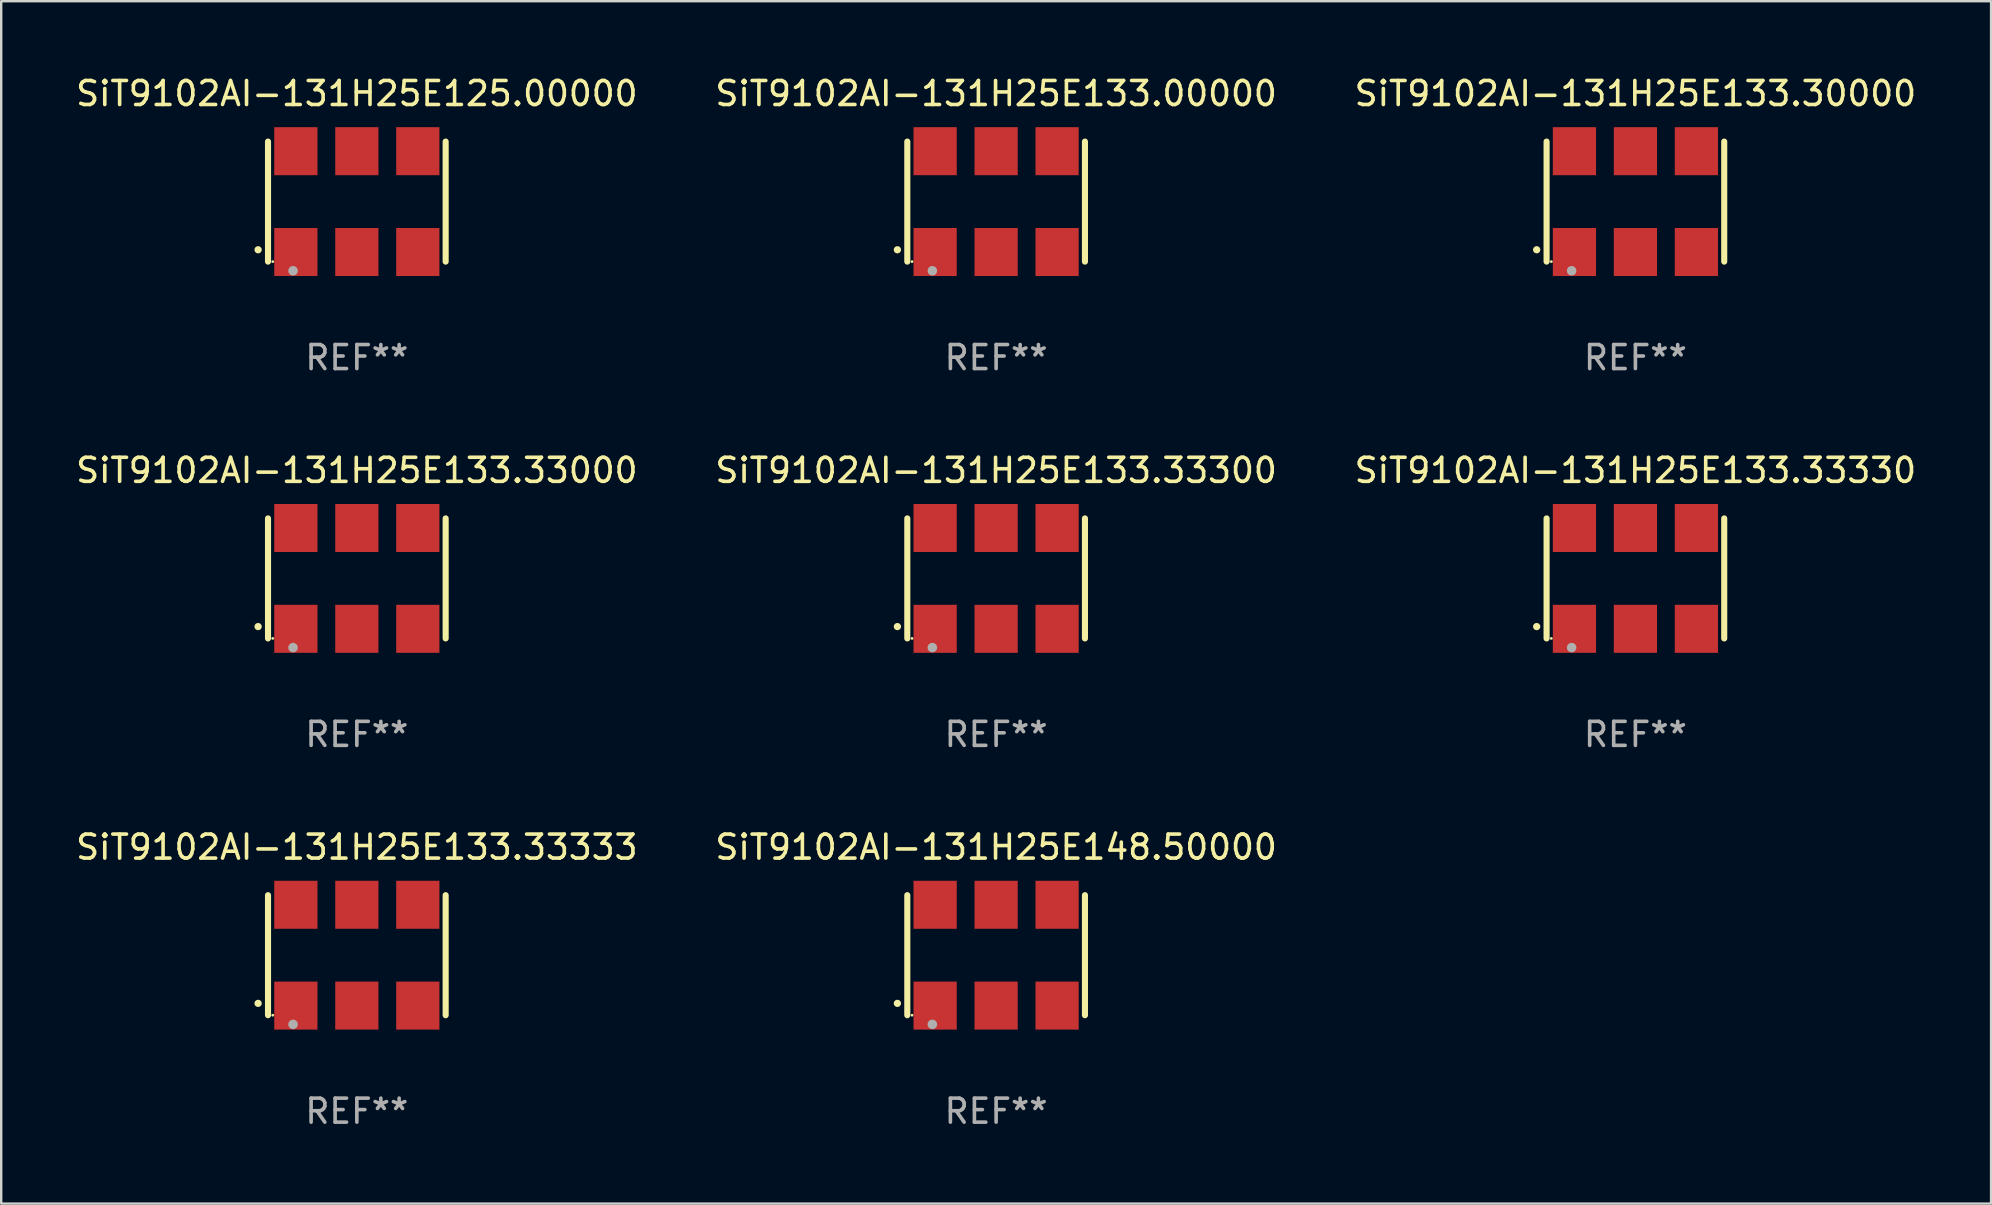
<source format=kicad_pcb>
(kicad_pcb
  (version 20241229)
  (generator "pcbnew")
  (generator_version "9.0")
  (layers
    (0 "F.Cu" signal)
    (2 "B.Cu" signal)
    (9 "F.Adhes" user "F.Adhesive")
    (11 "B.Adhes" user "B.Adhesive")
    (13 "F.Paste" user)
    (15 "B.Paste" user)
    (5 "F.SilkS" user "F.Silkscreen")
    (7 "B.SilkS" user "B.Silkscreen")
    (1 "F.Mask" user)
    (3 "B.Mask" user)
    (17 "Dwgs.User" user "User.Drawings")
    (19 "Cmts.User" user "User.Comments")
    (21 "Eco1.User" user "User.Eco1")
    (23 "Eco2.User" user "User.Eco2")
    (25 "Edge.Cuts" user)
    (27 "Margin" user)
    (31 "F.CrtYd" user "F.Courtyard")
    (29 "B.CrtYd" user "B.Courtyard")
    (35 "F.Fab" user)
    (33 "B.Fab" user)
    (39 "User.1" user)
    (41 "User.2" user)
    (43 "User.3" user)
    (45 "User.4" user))
  (footprint "SiT9102AI-131H25E133.33330"
    (layer "F.Cu")
    (at 65.077 21.045)
    (property "Reference" "SiT9102AI-131H25E133.33330" (at 0 -4.5 0) (layer "F.SilkS") (effects (font (size 1 1) (thickness 0.15))))
    (attr through_hole)
    (fp_line (start -3.7 -2.5) (end -3.7 2.5) (stroke (width 0.254) (type solid)) (layer "F.SilkS"))
    (fp_line (start 3.7 -2.5) (end 3.7 2.5) (stroke (width 0.254) (type solid)) (layer "F.SilkS"))
    (fp_arc (start -4.114415 2.006604) (mid -4.113145 2.006599) (end -4.111875 2.006604) (stroke (width 0.3) (type solid)) (layer "F.SilkS"))
    (fp_circle (center -3.502 2.5) (end -3.472 2.5) (stroke (width 0.06) (type solid)) (fill no) (layer "F.SilkS"))
    (fp_circle (center -2.657 2.882) (end -2.557 2.882) (stroke (width 0.2) (type solid)) (fill no) (layer "F.Fab"))
    (fp_text user "REF**" (at 0 6.5 0) (layer "F.Fab") (effects (font (size 1 1) (thickness 0.15))))
    (pad "1" smd rect (at -2.54 2.1) (size 1.8 2) (layers "F.Cu" "F.Mask" "F.Paste"))
    (pad "2" smd rect (at 0.000394 2.1) (size 1.8 2) (layers "F.Cu" "F.Mask" "F.Paste"))
    (pad "3" smd rect (at 2.54 2.1) (size 1.8 2) (layers "F.Cu" "F.Mask" "F.Paste"))
    (pad "4" smd rect (at 2.54 -2.1) (size 1.8 2) (layers "F.Cu" "F.Mask" "F.Paste"))
    (pad "5" smd rect (at 0.000394 -2.1) (size 1.8 2) (layers "F.Cu" "F.Mask" "F.Paste"))
    (pad "6" smd rect (at -2.54 -2.1) (size 1.8 2) (layers "F.Cu" "F.Mask" "F.Paste")))
  (footprint "SiT9102AI-131H25E133.30000"
    (layer "F.Cu")
    (at 65.077 5.348)
    (property "Reference" "SiT9102AI-131H25E133.30000" (at 0 -4.5 0) (layer "F.SilkS") (effects (font (size 1 1) (thickness 0.15))))
    (attr through_hole)
    (fp_line (start -3.7 -2.5) (end -3.7 2.5) (stroke (width 0.254) (type solid)) (layer "F.SilkS"))
    (fp_line (start 3.7 -2.5) (end 3.7 2.5) (stroke (width 0.254) (type solid)) (layer "F.SilkS"))
    (fp_arc (start -4.114415 2.006604) (mid -4.113145 2.006599) (end -4.111875 2.006604) (stroke (width 0.3) (type solid)) (layer "F.SilkS"))
    (fp_circle (center -3.502 2.5) (end -3.472 2.5) (stroke (width 0.06) (type solid)) (fill no) (layer "F.SilkS"))
    (fp_circle (center -2.657 2.882) (end -2.557 2.882) (stroke (width 0.2) (type solid)) (fill no) (layer "F.Fab"))
    (fp_text user "REF**" (at 0 6.5 0) (layer "F.Fab") (effects (font (size 1 1) (thickness 0.15))))
    (pad "1" smd rect (at -2.54 2.1) (size 1.8 2) (layers "F.Cu" "F.Mask" "F.Paste"))
    (pad "2" smd rect (at 0.000394 2.1) (size 1.8 2) (layers "F.Cu" "F.Mask" "F.Paste"))
    (pad "3" smd rect (at 2.54 2.1) (size 1.8 2) (layers "F.Cu" "F.Mask" "F.Paste"))
    (pad "4" smd rect (at 2.54 -2.1) (size 1.8 2) (layers "F.Cu" "F.Mask" "F.Paste"))
    (pad "5" smd rect (at 0.000394 -2.1) (size 1.8 2) (layers "F.Cu" "F.Mask" "F.Paste"))
    (pad "6" smd rect (at -2.54 -2.1) (size 1.8 2) (layers "F.Cu" "F.Mask" "F.Paste")))
  (footprint "SiT9102AI-131H25E125.00000"
    (layer "F.Cu")
    (at 11.815 5.348)
    (property "Reference" "SiT9102AI-131H25E125.00000" (at 0 -4.5 0) (layer "F.SilkS") (effects (font (size 1 1) (thickness 0.15))))
    (attr through_hole)
    (fp_line (start -3.7 -2.5) (end -3.7 2.5) (stroke (width 0.254) (type solid)) (layer "F.SilkS"))
    (fp_line (start 3.7 -2.5) (end 3.7 2.5) (stroke (width 0.254) (type solid)) (layer "F.SilkS"))
    (fp_arc (start -4.114415 2.006604) (mid -4.113145 2.006599) (end -4.111875 2.006604) (stroke (width 0.3) (type solid)) (layer "F.SilkS"))
    (fp_circle (center -3.502 2.5) (end -3.472 2.5) (stroke (width 0.06) (type solid)) (fill no) (layer "F.SilkS"))
    (fp_circle (center -2.657 2.882) (end -2.557 2.882) (stroke (width 0.2) (type solid)) (fill no) (layer "F.Fab"))
    (fp_text user "REF**" (at 0 6.5 0) (layer "F.Fab") (effects (font (size 1 1) (thickness 0.15))))
    (pad "1" smd rect (at -2.54 2.1) (size 1.8 2) (layers "F.Cu" "F.Mask" "F.Paste"))
    (pad "2" smd rect (at 0.000394 2.1) (size 1.8 2) (layers "F.Cu" "F.Mask" "F.Paste"))
    (pad "3" smd rect (at 2.54 2.1) (size 1.8 2) (layers "F.Cu" "F.Mask" "F.Paste"))
    (pad "4" smd rect (at 2.54 -2.1) (size 1.8 2) (layers "F.Cu" "F.Mask" "F.Paste"))
    (pad "5" smd rect (at 0.000394 -2.1) (size 1.8 2) (layers "F.Cu" "F.Mask" "F.Paste"))
    (pad "6" smd rect (at -2.54 -2.1) (size 1.8 2) (layers "F.Cu" "F.Mask" "F.Paste")))
  (footprint "SiT9102AI-131H25E133.00000"
    (layer "F.Cu")
    (at 38.446 5.348)
    (property "Reference" "SiT9102AI-131H25E133.00000" (at 0 -4.5 0) (layer "F.SilkS") (effects (font (size 1 1) (thickness 0.15))))
    (attr through_hole)
    (fp_line (start -3.7 -2.5) (end -3.7 2.5) (stroke (width 0.254) (type solid)) (layer "F.SilkS"))
    (fp_line (start 3.7 -2.5) (end 3.7 2.5) (stroke (width 0.254) (type solid)) (layer "F.SilkS"))
    (fp_arc (start -4.114415 2.006604) (mid -4.113145 2.006599) (end -4.111875 2.006604) (stroke (width 0.3) (type solid)) (layer "F.SilkS"))
    (fp_circle (center -3.502 2.5) (end -3.472 2.5) (stroke (width 0.06) (type solid)) (fill no) (layer "F.SilkS"))
    (fp_circle (center -2.657 2.882) (end -2.557 2.882) (stroke (width 0.2) (type solid)) (fill no) (layer "F.Fab"))
    (fp_text user "REF**" (at 0 6.5 0) (layer "F.Fab") (effects (font (size 1 1) (thickness 0.15))))
    (pad "1" smd rect (at -2.54 2.1) (size 1.8 2) (layers "F.Cu" "F.Mask" "F.Paste"))
    (pad "2" smd rect (at 0.000394 2.1) (size 1.8 2) (layers "F.Cu" "F.Mask" "F.Paste"))
    (pad "3" smd rect (at 2.54 2.1) (size 1.8 2) (layers "F.Cu" "F.Mask" "F.Paste"))
    (pad "4" smd rect (at 2.54 -2.1) (size 1.8 2) (layers "F.Cu" "F.Mask" "F.Paste"))
    (pad "5" smd rect (at 0.000394 -2.1) (size 1.8 2) (layers "F.Cu" "F.Mask" "F.Paste"))
    (pad "6" smd rect (at -2.54 -2.1) (size 1.8 2) (layers "F.Cu" "F.Mask" "F.Paste")))
  (footprint "SiT9102AI-131H25E133.33300"
    (layer "F.Cu")
    (at 38.446 21.045)
    (property "Reference" "SiT9102AI-131H25E133.33300" (at 0 -4.5 0) (layer "F.SilkS") (effects (font (size 1 1) (thickness 0.15))))
    (attr through_hole)
    (fp_line (start -3.7 -2.5) (end -3.7 2.5) (stroke (width 0.254) (type solid)) (layer "F.SilkS"))
    (fp_line (start 3.7 -2.5) (end 3.7 2.5) (stroke (width 0.254) (type solid)) (layer "F.SilkS"))
    (fp_arc (start -4.114415 2.006604) (mid -4.113145 2.006599) (end -4.111875 2.006604) (stroke (width 0.3) (type solid)) (layer "F.SilkS"))
    (fp_circle (center -3.502 2.5) (end -3.472 2.5) (stroke (width 0.06) (type solid)) (fill no) (layer "F.SilkS"))
    (fp_circle (center -2.657 2.882) (end -2.557 2.882) (stroke (width 0.2) (type solid)) (fill no) (layer "F.Fab"))
    (fp_text user "REF**" (at 0 6.5 0) (layer "F.Fab") (effects (font (size 1 1) (thickness 0.15))))
    (pad "1" smd rect (at -2.54 2.1) (size 1.8 2) (layers "F.Cu" "F.Mask" "F.Paste"))
    (pad "2" smd rect (at 0.000394 2.1) (size 1.8 2) (layers "F.Cu" "F.Mask" "F.Paste"))
    (pad "3" smd rect (at 2.54 2.1) (size 1.8 2) (layers "F.Cu" "F.Mask" "F.Paste"))
    (pad "4" smd rect (at 2.54 -2.1) (size 1.8 2) (layers "F.Cu" "F.Mask" "F.Paste"))
    (pad "5" smd rect (at 0.000394 -2.1) (size 1.8 2) (layers "F.Cu" "F.Mask" "F.Paste"))
    (pad "6" smd rect (at -2.54 -2.1) (size 1.8 2) (layers "F.Cu" "F.Mask" "F.Paste")))
  (footprint "SiT9102AI-131H25E148.50000"
    (layer "F.Cu")
    (at 38.446 36.741)
    (property "Reference" "SiT9102AI-131H25E148.50000" (at 0 -4.5 0) (layer "F.SilkS") (effects (font (size 1 1) (thickness 0.15))))
    (attr through_hole)
    (fp_line (start -3.7 -2.5) (end -3.7 2.5) (stroke (width 0.254) (type solid)) (layer "F.SilkS"))
    (fp_line (start 3.7 -2.5) (end 3.7 2.5) (stroke (width 0.254) (type solid)) (layer "F.SilkS"))
    (fp_arc (start -4.114415 2.006604) (mid -4.113145 2.006599) (end -4.111875 2.006604) (stroke (width 0.3) (type solid)) (layer "F.SilkS"))
    (fp_circle (center -3.502 2.5) (end -3.472 2.5) (stroke (width 0.06) (type solid)) (fill no) (layer "F.SilkS"))
    (fp_circle (center -2.657 2.882) (end -2.557 2.882) (stroke (width 0.2) (type solid)) (fill no) (layer "F.Fab"))
    (fp_text user "REF**" (at 0 6.5 0) (layer "F.Fab") (effects (font (size 1 1) (thickness 0.15))))
    (pad "1" smd rect (at -2.54 2.1) (size 1.8 2) (layers "F.Cu" "F.Mask" "F.Paste"))
    (pad "2" smd rect (at 0.000394 2.1) (size 1.8 2) (layers "F.Cu" "F.Mask" "F.Paste"))
    (pad "3" smd rect (at 2.54 2.1) (size 1.8 2) (layers "F.Cu" "F.Mask" "F.Paste"))
    (pad "4" smd rect (at 2.54 -2.1) (size 1.8 2) (layers "F.Cu" "F.Mask" "F.Paste"))
    (pad "5" smd rect (at 0.000394 -2.1) (size 1.8 2) (layers "F.Cu" "F.Mask" "F.Paste"))
    (pad "6" smd rect (at -2.54 -2.1) (size 1.8 2) (layers "F.Cu" "F.Mask" "F.Paste")))
  (footprint "SiT9102AI-131H25E133.33000"
    (layer "F.Cu")
    (at 11.815 21.045)
    (property "Reference" "SiT9102AI-131H25E133.33000" (at 0 -4.5 0) (layer "F.SilkS") (effects (font (size 1 1) (thickness 0.15))))
    (attr through_hole)
    (fp_line (start -3.7 -2.5) (end -3.7 2.5) (stroke (width 0.254) (type solid)) (layer "F.SilkS"))
    (fp_line (start 3.7 -2.5) (end 3.7 2.5) (stroke (width 0.254) (type solid)) (layer "F.SilkS"))
    (fp_arc (start -4.114415 2.006604) (mid -4.113145 2.006599) (end -4.111875 2.006604) (stroke (width 0.3) (type solid)) (layer "F.SilkS"))
    (fp_circle (center -3.502 2.5) (end -3.472 2.5) (stroke (width 0.06) (type solid)) (fill no) (layer "F.SilkS"))
    (fp_circle (center -2.657 2.882) (end -2.557 2.882) (stroke (width 0.2) (type solid)) (fill no) (layer "F.Fab"))
    (fp_text user "REF**" (at 0 6.5 0) (layer "F.Fab") (effects (font (size 1 1) (thickness 0.15))))
    (pad "1" smd rect (at -2.54 2.1) (size 1.8 2) (layers "F.Cu" "F.Mask" "F.Paste"))
    (pad "2" smd rect (at 0.000394 2.1) (size 1.8 2) (layers "F.Cu" "F.Mask" "F.Paste"))
    (pad "3" smd rect (at 2.54 2.1) (size 1.8 2) (layers "F.Cu" "F.Mask" "F.Paste"))
    (pad "4" smd rect (at 2.54 -2.1) (size 1.8 2) (layers "F.Cu" "F.Mask" "F.Paste"))
    (pad "5" smd rect (at 0.000394 -2.1) (size 1.8 2) (layers "F.Cu" "F.Mask" "F.Paste"))
    (pad "6" smd rect (at -2.54 -2.1) (size 1.8 2) (layers "F.Cu" "F.Mask" "F.Paste")))
  (footprint "SiT9102AI-131H25E133.33333"
    (layer "F.Cu")
    (at 11.815 36.741)
    (property "Reference" "SiT9102AI-131H25E133.33333" (at 0 -4.5 0) (layer "F.SilkS") (effects (font (size 1 1) (thickness 0.15))))
    (attr through_hole)
    (fp_line (start -3.7 -2.5) (end -3.7 2.5) (stroke (width 0.254) (type solid)) (layer "F.SilkS"))
    (fp_line (start 3.7 -2.5) (end 3.7 2.5) (stroke (width 0.254) (type solid)) (layer "F.SilkS"))
    (fp_arc (start -4.114415 2.006604) (mid -4.113145 2.006599) (end -4.111875 2.006604) (stroke (width 0.3) (type solid)) (layer "F.SilkS"))
    (fp_circle (center -3.502 2.5) (end -3.472 2.5) (stroke (width 0.06) (type solid)) (fill no) (layer "F.SilkS"))
    (fp_circle (center -2.657 2.882) (end -2.557 2.882) (stroke (width 0.2) (type solid)) (fill no) (layer "F.Fab"))
    (fp_text user "REF**" (at 0 6.5 0) (layer "F.Fab") (effects (font (size 1 1) (thickness 0.15))))
    (pad "1" smd rect (at -2.54 2.1) (size 1.8 2) (layers "F.Cu" "F.Mask" "F.Paste"))
    (pad "2" smd rect (at 0.000394 2.1) (size 1.8 2) (layers "F.Cu" "F.Mask" "F.Paste"))
    (pad "3" smd rect (at 2.54 2.1) (size 1.8 2) (layers "F.Cu" "F.Mask" "F.Paste"))
    (pad "4" smd rect (at 2.54 -2.1) (size 1.8 2) (layers "F.Cu" "F.Mask" "F.Paste"))
    (pad "5" smd rect (at 0.000394 -2.1) (size 1.8 2) (layers "F.Cu" "F.Mask" "F.Paste"))
    (pad "6" smd rect (at -2.54 -2.1) (size 1.8 2) (layers "F.Cu" "F.Mask" "F.Paste")))
  (gr_rect
    (start -3 -3)
    (end 79.893 47.09)
    (stroke (width 0.1) (type default))
    (fill no)
    (layer "Edge.Cuts")))
</source>
